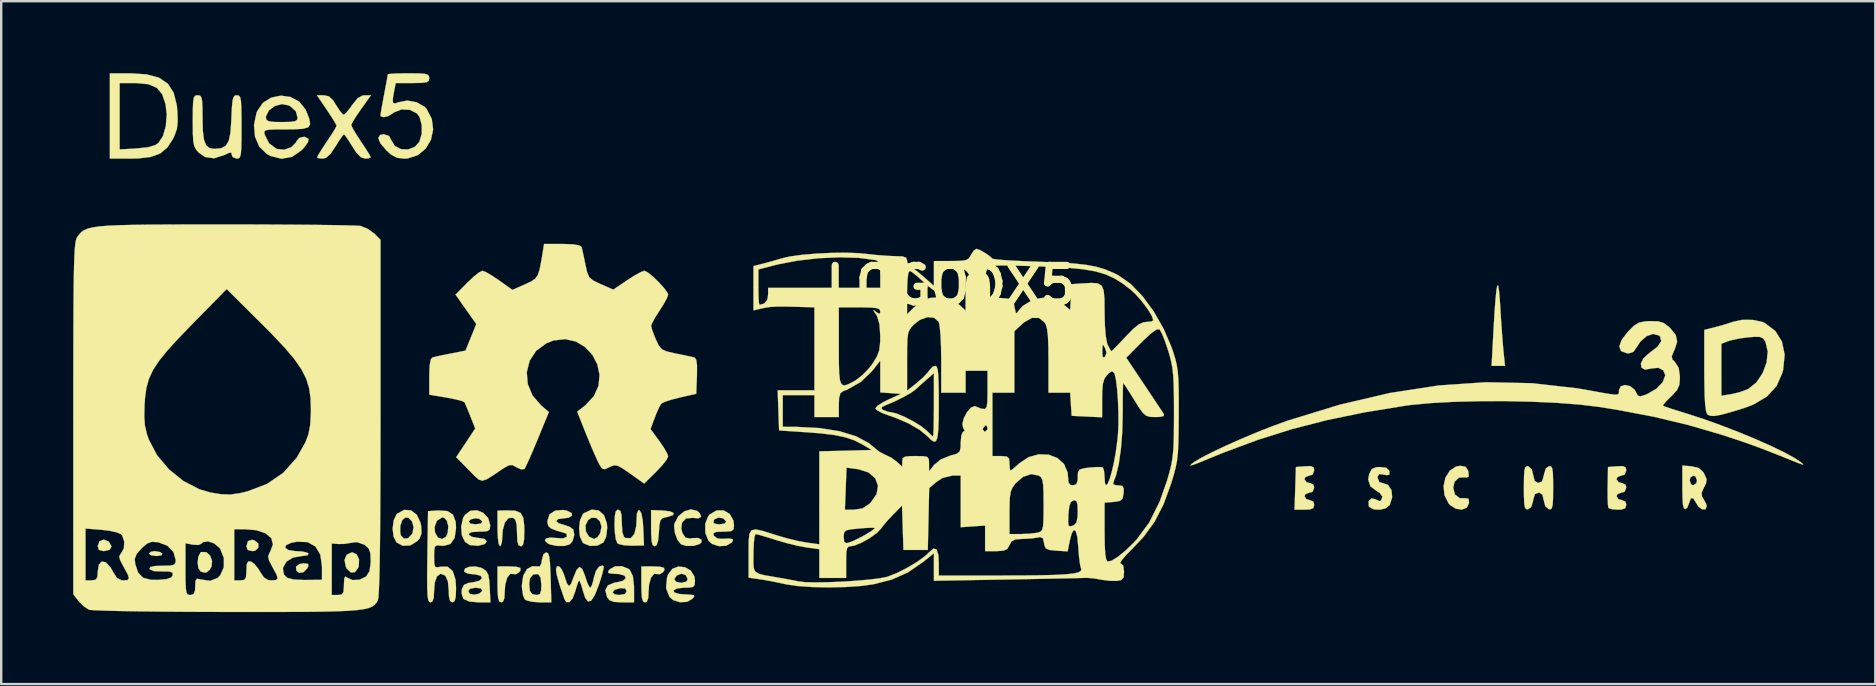
<source format=kicad_pcb>
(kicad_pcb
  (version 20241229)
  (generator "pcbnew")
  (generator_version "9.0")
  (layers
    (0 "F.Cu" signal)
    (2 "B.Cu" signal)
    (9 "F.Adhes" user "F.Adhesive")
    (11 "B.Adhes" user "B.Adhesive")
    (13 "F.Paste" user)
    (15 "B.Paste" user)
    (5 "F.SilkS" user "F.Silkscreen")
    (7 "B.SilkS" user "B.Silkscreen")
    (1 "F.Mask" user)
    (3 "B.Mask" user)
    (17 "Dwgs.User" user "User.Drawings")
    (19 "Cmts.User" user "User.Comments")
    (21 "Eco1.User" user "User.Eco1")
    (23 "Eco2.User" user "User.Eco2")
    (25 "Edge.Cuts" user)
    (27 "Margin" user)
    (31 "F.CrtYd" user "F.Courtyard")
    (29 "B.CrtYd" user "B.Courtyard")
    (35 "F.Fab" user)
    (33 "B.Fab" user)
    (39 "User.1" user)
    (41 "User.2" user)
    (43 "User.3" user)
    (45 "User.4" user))
  (footprint "LOGODX5"
    (layer "F.Cu")
    (at 36.581 8.844)
    (property "Reference" "LOGODX5" (at 0 0 0) (layer "F.SilkS") (effects (font (size 1.524 1.524) (thickness 0.3))))
    (attr through_hole)
    (fp_poly (pts (xy -29.016 10.628) (xy -28.865 10.761) (xy -28.863 10.931) (xy -28.995 11.055) (xy -29.108 11.074) (xy -29.309 11.026) (xy -29.362 10.877) (xy -29.299 10.657) (xy -29.119 10.6) (xy -29.016 10.628)) (stroke (width 0.01) (type solid)) (fill yes) (layer "F.SilkS"))
    (fp_poly (pts (xy -26.791 11.604) (xy -26.782 11.702) (xy -26.822 11.786) (xy -26.984 11.954) (xy -27.169 11.977) (xy -27.28 11.887) (xy -27.297 11.721) (xy -27.149 11.609) (xy -26.965 11.582) (xy -26.791 11.604)) (stroke (width 0.01) (type solid)) (fill yes) (layer "F.SilkS"))
    (fp_poly (pts (xy -35.103 10.676) (xy -35.083 10.695) (xy -34.983 10.881) (xy -35.064 11.019) (xy -35.306 11.074) (xy -35.312 11.074) (xy -35.508 11.025) (xy -35.56 10.868) (xy -35.485 10.664) (xy -35.309 10.591) (xy -35.103 10.676)) (stroke (width 0.01) (type solid)) (fill yes) (layer "F.SilkS"))
    (fp_poly (pts (xy -32.963 11.112) (xy -32.868 11.176) (xy -32.907 11.248) (xy -33.105 11.278) (xy -33.116 11.278) (xy -33.332 11.249) (xy -33.426 11.179) (xy -33.426 11.176) (xy -33.34 11.099) (xy -33.178 11.074) (xy -32.963 11.112)) (stroke (width 0.01) (type solid)) (fill yes) (layer "F.SilkS"))
    (fp_poly (pts (xy -24.764 11.212) (xy -24.667 11.426) (xy -24.68 11.701) (xy -24.699 11.76) (xy -24.839 11.952) (xy -25.016 11.962) (xy -25.186 11.792) (xy -25.219 11.727) (xy -25.274 11.443) (xy -25.183 11.225) (xy -24.973 11.126) (xy -24.943 11.125) (xy -24.764 11.212)) (stroke (width 0.01) (type solid)) (fill yes) (layer "F.SilkS"))
    (fp_poly (pts (xy -31.033 11.116) (xy -30.874 11.261) (xy -30.793 11.484) (xy -30.816 11.724) (xy -30.907 11.867) (xy -31.04 11.968) (xy -31.189 11.952) (xy -31.267 11.922) (xy -31.363 11.789) (xy -31.394 11.553) (xy -31.365 11.305) (xy -31.277 11.134) (xy -31.241 11.111) (xy -31.033 11.116)) (stroke (width 0.01) (type solid)) (fill yes) (layer "F.SilkS"))
    (fp_poly (pts (xy 22.804 0.011) (xy 22.838 0.204) (xy 22.872 0.586) (xy 22.893 0.914) (xy 22.927 1.468) (xy 22.965 2.01) (xy 23.001 2.474) (xy 23.028 2.769) (xy 23.089 3.353) (xy 22.529 3.353) (xy 22.605 1.956) (xy 22.65 1.171) (xy 22.693 0.586) (xy 22.732 0.2) (xy 22.768 0.009) (xy 22.804 0.011)) (stroke (width 0.01) (type solid)) (fill yes) (layer "F.SilkS"))
    (fp_poly (pts (xy -12.014 9.38) (xy -11.705 9.417) (xy -11.557 9.487) (xy -11.581 9.569) (xy -11.792 9.643) (xy -11.842 9.653) (xy -12.012 9.695) (xy -12.105 9.782) (xy -12.149 9.969) (xy -12.172 10.288) (xy -12.206 10.643) (xy -12.268 10.827) (xy -12.349 10.871) (xy -12.428 10.827) (xy -12.474 10.67) (xy -12.494 10.365) (xy -12.497 10.116) (xy -12.497 9.362) (xy -12.014 9.38)) (stroke (width 0.01) (type solid)) (fill yes) (layer "F.SilkS"))
    (fp_poly (pts (xy -18.117 11.723) (xy -17.949 11.773) (xy -17.938 11.87) (xy -17.99 11.946) (xy -18.133 12.039) (xy -18.202 12.03) (xy -18.364 12.021) (xy -18.495 12.179) (xy -18.576 12.47) (xy -18.593 12.712) (xy -18.61 13.028) (xy -18.669 13.179) (xy -18.745 13.208) (xy -18.826 13.168) (xy -18.873 13.022) (xy -18.894 12.734) (xy -18.898 12.46) (xy -18.898 11.712) (xy -18.466 11.71) (xy -18.117 11.723)) (stroke (width 0.01) (type solid)) (fill yes) (layer "F.SilkS"))
    (fp_poly (pts (xy -12.123 11.723) (xy -11.954 11.773) (xy -11.944 11.87) (xy -11.995 11.946) (xy -12.139 12.039) (xy -12.208 12.03) (xy -12.369 12.021) (xy -12.501 12.179) (xy -12.582 12.47) (xy -12.598 12.712) (xy -12.615 13.028) (xy -12.674 13.179) (xy -12.751 13.208) (xy -12.832 13.168) (xy -12.879 13.022) (xy -12.9 12.734) (xy -12.903 12.46) (xy -12.903 11.712) (xy -12.471 11.71) (xy -12.123 11.723)) (stroke (width 0.01) (type solid)) (fill yes) (layer "F.SilkS"))
    (fp_poly (pts (xy 15.118 7.592) (xy 15.138 7.715) (xy 15.07 7.889) (xy 14.935 7.925) (xy 14.77 7.988) (xy 14.732 8.077) (xy 14.817 8.201) (xy 14.935 8.23) (xy 15.105 8.301) (xy 15.138 8.433) (xy 15.067 8.603) (xy 14.935 8.636) (xy 14.77 8.7) (xy 14.732 8.788) (xy 14.817 8.913) (xy 14.935 8.941) (xy 15.105 9.013) (xy 15.138 9.144) (xy 15.105 9.276) (xy 14.968 9.335) (xy 14.728 9.347) (xy 14.318 9.347) (xy 14.376 7.569) (xy 14.757 7.538) (xy 15.009 7.533) (xy 15.118 7.592)) (stroke (width 0.01) (type solid)) (fill yes) (layer "F.SilkS"))
    (fp_poly (pts (xy -10.575 9.398) (xy -10.478 9.484) (xy -10.41 9.637) (xy -10.518 9.707) (xy -10.772 9.687) (xy -11.041 9.712) (xy -11.207 9.88) (xy -11.24 10.146) (xy -11.183 10.337) (xy -11.063 10.514) (xy -10.883 10.549) (xy -10.77 10.531) (xy -10.534 10.526) (xy -10.397 10.597) (xy -10.4 10.711) (xy -10.477 10.779) (xy -10.723 10.855) (xy -11.025 10.857) (xy -11.246 10.791) (xy -11.398 10.603) (xy -11.506 10.312) (xy -11.539 10.019) (xy -11.522 9.918) (xy -11.358 9.615) (xy -11.11 9.413) (xy -10.831 9.333) (xy -10.575 9.398)) (stroke (width 0.01) (type solid)) (fill yes) (layer "F.SilkS"))
    (fp_poly (pts (xy 21.452 7.561) (xy 21.553 7.725) (xy 21.566 7.781) (xy 21.578 7.968) (xy 21.491 8.008) (xy 21.44 7.997) (xy 21.168 8.011) (xy 20.984 8.187) (xy 20.93 8.433) (xy 21.006 8.716) (xy 21.205 8.868) (xy 21.436 8.869) (xy 21.566 8.885) (xy 21.591 9.056) (xy 21.591 9.06) (xy 21.499 9.26) (xy 21.297 9.343) (xy 21.045 9.309) (xy 20.801 9.155) (xy 20.738 9.085) (xy 20.567 8.744) (xy 20.529 8.37) (xy 20.607 8.012) (xy 20.787 7.721) (xy 21.052 7.547) (xy 21.23 7.518) (xy 21.452 7.561)) (stroke (width 0.01) (type solid)) (fill yes) (layer "F.SilkS"))
    (fp_poly (pts (xy -18.157 9.39) (xy -17.936 9.481) (xy -17.822 9.686) (xy -17.782 10.042) (xy -17.78 10.214) (xy -17.79 10.584) (xy -17.827 10.788) (xy -17.899 10.867) (xy -17.932 10.871) (xy -18.024 10.821) (xy -18.071 10.646) (xy -18.085 10.309) (xy -18.101 9.957) (xy -18.158 9.761) (xy -18.252 9.683) (xy -18.443 9.699) (xy -18.593 9.884) (xy -18.68 10.204) (xy -18.694 10.433) (xy -18.715 10.699) (xy -18.768 10.855) (xy -18.796 10.871) (xy -18.848 10.777) (xy -18.883 10.522) (xy -18.898 10.151) (xy -18.898 10.129) (xy -18.898 9.387) (xy -18.518 9.377) (xy -18.157 9.39)) (stroke (width 0.01) (type solid)) (fill yes) (layer "F.SilkS"))
    (fp_poly (pts (xy -13.777 9.397) (xy -13.729 9.572) (xy -13.716 9.909) (xy -13.697 10.273) (xy -13.634 10.472) (xy -13.562 10.53) (xy -13.344 10.53) (xy -13.191 10.35) (xy -13.114 10.01) (xy -13.106 9.834) (xy -13.089 9.516) (xy -13.033 9.378) (xy -12.979 9.372) (xy -12.9 9.5) (xy -12.844 9.813) (xy -12.823 10.125) (xy -12.793 10.836) (xy -13.291 10.848) (xy -13.606 10.832) (xy -13.842 10.78) (xy -13.905 10.743) (xy -13.966 10.586) (xy -14.008 10.294) (xy -14.021 9.987) (xy -14.01 9.623) (xy -13.972 9.424) (xy -13.897 9.35) (xy -13.868 9.347) (xy -13.777 9.397)) (stroke (width 0.01) (type solid)) (fill yes) (layer "F.SilkS"))
    (fp_poly (pts (xy -22.501 9.375) (xy -22.262 9.558) (xy -22.106 9.886) (xy -22.079 10.025) (xy -22.065 10.334) (xy -22.142 10.543) (xy -22.239 10.656) (xy -22.53 10.834) (xy -22.844 10.852) (xy -23.107 10.712) (xy -23.229 10.47) (xy -23.25 10.292) (xy -22.954 10.292) (xy -22.922 10.423) (xy -22.794 10.554) (xy -22.618 10.529) (xy -22.46 10.362) (xy -22.441 10.325) (xy -22.395 10.067) (xy -22.462 9.832) (xy -22.611 9.687) (xy -22.74 9.672) (xy -22.87 9.787) (xy -22.948 10.021) (xy -22.954 10.292) (xy -23.25 10.292) (xy -23.268 10.135) (xy -23.226 9.795) (xy -23.105 9.54) (xy -23.081 9.515) (xy -22.786 9.354) (xy -22.501 9.375)) (stroke (width 0.01) (type solid)) (fill yes) (layer "F.SilkS"))
    (fp_poly (pts (xy 28.122 7.592) (xy 28.143 7.715) (xy 28.074 7.889) (xy 27.94 7.925) (xy 27.775 7.988) (xy 27.737 8.077) (xy 27.822 8.201) (xy 27.94 8.23) (xy 28.11 8.301) (xy 28.143 8.433) (xy 28.071 8.603) (xy 27.94 8.636) (xy 27.775 8.7) (xy 27.737 8.788) (xy 27.822 8.913) (xy 27.94 8.941) (xy 28.11 9.013) (xy 28.143 9.144) (xy 28.103 9.285) (xy 27.945 9.341) (xy 27.794 9.347) (xy 27.546 9.327) (xy 27.404 9.278) (xy 27.398 9.271) (xy 27.379 9.14) (xy 27.367 8.86) (xy 27.365 8.485) (xy 27.367 8.382) (xy 27.381 7.569) (xy 27.762 7.538) (xy 28.014 7.533) (xy 28.122 7.592)) (stroke (width 0.01) (type solid)) (fill yes) (layer "F.SilkS"))
    (fp_poly (pts (xy -14.679 9.378) (xy -14.459 9.577) (xy -14.339 9.92) (xy -14.326 10.109) (xy -14.366 10.462) (xy -14.474 10.7) (xy -14.485 10.712) (xy -14.734 10.843) (xy -15.037 10.858) (xy -15.297 10.757) (xy -15.355 10.703) (xy -15.465 10.453) (xy -15.498 10.121) (xy -15.483 9.999) (xy -15.231 9.999) (xy -15.213 10.255) (xy -15.088 10.469) (xy -14.881 10.566) (xy -14.862 10.566) (xy -14.723 10.484) (xy -14.618 10.325) (xy -14.564 10.054) (xy -14.632 9.828) (xy -14.784 9.69) (xy -14.979 9.683) (xy -15.118 9.774) (xy -15.231 9.999) (xy -15.483 9.999) (xy -15.458 9.79) (xy -15.348 9.541) (xy -15.297 9.491) (xy -14.968 9.343) (xy -14.679 9.378)) (stroke (width 0.01) (type solid)) (fill yes) (layer "F.SilkS"))
    (fp_poly (pts (xy 18.143 7.601) (xy 18.259 7.715) (xy 18.271 7.761) (xy 18.267 7.892) (xy 18.144 7.907) (xy 18.044 7.886) (xy 17.85 7.863) (xy 17.784 7.955) (xy 17.78 8.024) (xy 17.852 8.197) (xy 17.963 8.23) (xy 18.211 8.314) (xy 18.358 8.532) (xy 18.386 8.832) (xy 18.284 9.151) (xy 18.12 9.289) (xy 17.868 9.35) (xy 17.611 9.333) (xy 17.432 9.231) (xy 17.408 9.188) (xy 17.404 8.992) (xy 17.517 8.879) (xy 17.684 8.906) (xy 17.709 8.924) (xy 17.859 8.991) (xy 17.916 8.974) (xy 17.98 8.803) (xy 17.859 8.638) (xy 17.763 8.584) (xy 17.48 8.374) (xy 17.386 8.09) (xy 17.431 7.854) (xy 17.538 7.655) (xy 17.716 7.578) (xy 17.883 7.569) (xy 18.143 7.601)) (stroke (width 0.01) (type solid)) (fill yes) (layer "F.SilkS"))
    (fp_poly (pts (xy -34.214 -8.839) (xy -33.526 -8.796) (xy -33.006 -8.656) (xy -32.634 -8.405) (xy -32.393 -8.028) (xy -32.263 -7.509) (xy -32.238 -7.248) (xy -32.224 -6.828) (xy -32.259 -6.522) (xy -32.357 -6.242) (xy -32.428 -6.096) (xy -32.662 -5.74) (xy -32.954 -5.499) (xy -33.344 -5.355) (xy -33.87 -5.291) (xy -34.214 -5.283) (xy -35.052 -5.283) (xy -35.052 -8.433) (xy -34.646 -8.433) (xy -34.646 -5.667) (xy -33.942 -5.706) (xy -33.466 -5.757) (xy -33.157 -5.85) (xy -33.034 -5.931) (xy -32.842 -6.219) (xy -32.721 -6.636) (xy -32.683 -7.115) (xy -32.73 -7.543) (xy -32.869 -7.961) (xy -33.095 -8.233) (xy -33.441 -8.383) (xy -33.941 -8.432) (xy -33.999 -8.433) (xy -34.646 -8.433) (xy -35.052 -8.433) (xy -35.052 -8.839) (xy -34.214 -8.839)) (stroke (width 0.01) (type solid)) (fill yes) (layer "F.SilkS"))
    (fp_poly (pts (xy -16.009 9.387) (xy -15.811 9.484) (xy -15.792 9.598) (xy -15.937 9.683) (xy -16.112 9.703) (xy -16.372 9.738) (xy -16.451 9.82) (xy -16.344 9.915) (xy -16.167 9.968) (xy -15.908 10.053) (xy -15.744 10.166) (xy -15.737 10.175) (xy -15.697 10.398) (xy -15.768 10.65) (xy -15.889 10.793) (xy -16.113 10.857) (xy -16.422 10.857) (xy -16.71 10.797) (xy -16.792 10.76) (xy -16.924 10.637) (xy -16.88 10.546) (xy -16.689 10.509) (xy -16.466 10.526) (xy -16.168 10.542) (xy -16.011 10.479) (xy -16.008 10.475) (xy -16.02 10.354) (xy -16.072 10.326) (xy -16.45 10.217) (xy -16.672 10.127) (xy -16.779 10.027) (xy -16.813 9.888) (xy -16.815 9.804) (xy -16.73 9.542) (xy -16.499 9.387) (xy -16.161 9.359) (xy -16.009 9.387)) (stroke (width 0.01) (type solid)) (fill yes) (layer "F.SilkS"))
    (fp_poly (pts (xy -13.443 11.81) (xy -13.376 11.87) (xy -13.256 12.12) (xy -13.209 12.537) (xy -13.208 12.632) (xy -13.208 13.208) (xy -13.712 13.208) (xy -14.04 13.19) (xy -14.228 13.121) (xy -14.328 13.001) (xy -14.384 12.789) (xy -14.1 12.789) (xy -14.015 12.876) (xy -13.826 12.903) (xy -13.585 12.863) (xy -13.513 12.744) (xy -13.58 12.628) (xy -13.784 12.617) (xy -14.021 12.686) (xy -14.1 12.789) (xy -14.384 12.789) (xy -14.405 12.711) (xy -14.3 12.5) (xy -14.024 12.386) (xy -13.94 12.376) (xy -13.672 12.311) (xy -13.555 12.203) (xy -13.6 12.096) (xy -13.815 12.031) (xy -13.868 12.028) (xy -14.16 12.011) (xy -14.285 11.979) (xy -14.28 11.91) (xy -14.224 11.836) (xy -14.002 11.708) (xy -13.71 11.701) (xy -13.443 11.81)) (stroke (width 0.01) (type solid)) (fill yes) (layer "F.SilkS"))
    (fp_poly (pts (xy -16.794 11.161) (xy -16.745 11.291) (xy -16.712 11.548) (xy -16.691 11.962) (xy -16.684 12.167) (xy -16.655 13.208) (xy -17.147 13.208) (xy -17.461 13.184) (xy -17.698 13.124) (xy -17.76 13.086) (xy -17.833 12.916) (xy -17.877 12.63) (xy -17.882 12.492) (xy -17.874 12.44) (xy -17.577 12.44) (xy -17.55 12.731) (xy -17.45 12.869) (xy -17.255 12.903) (xy -17.131 12.862) (xy -17.077 12.703) (xy -17.069 12.503) (xy -17.1 12.18) (xy -17.203 12.032) (xy -17.392 12.042) (xy -17.415 12.05) (xy -17.541 12.201) (xy -17.577 12.44) (xy -17.874 12.44) (xy -17.825 12.096) (xy -17.67 11.822) (xy -17.44 11.7) (xy -17.281 11.711) (xy -17.136 11.712) (xy -17.068 11.579) (xy -17.049 11.444) (xy -16.98 11.199) (xy -16.866 11.125) (xy -16.794 11.161)) (stroke (width 0.01) (type solid)) (fill yes) (layer "F.SilkS"))
    (fp_poly (pts (xy -19.497 9.474) (xy -19.291 9.687) (xy -19.203 9.984) (xy -19.202 10.008) (xy -19.221 10.163) (xy -19.312 10.238) (xy -19.531 10.26) (xy -19.668 10.262) (xy -19.97 10.281) (xy -20.091 10.343) (xy -20.091 10.389) (xy -19.971 10.476) (xy -19.733 10.52) (xy -19.701 10.521) (xy -19.435 10.568) (xy -19.344 10.668) (xy -19.427 10.776) (xy -19.682 10.847) (xy -19.716 10.851) (xy -20.054 10.821) (xy -20.249 10.69) (xy -20.384 10.411) (xy -20.413 10.05) (xy -20.362 9.83) (xy -20.091 9.83) (xy -20.039 9.926) (xy -19.812 9.957) (xy -19.579 9.923) (xy -19.533 9.83) (xy -19.655 9.731) (xy -19.812 9.703) (xy -20.013 9.751) (xy -20.091 9.83) (xy -20.362 9.83) (xy -20.333 9.7) (xy -20.263 9.573) (xy -20.038 9.395) (xy -19.764 9.369) (xy -19.497 9.474)) (stroke (width 0.01) (type solid)) (fill yes) (layer "F.SilkS"))
    (fp_poly (pts (xy -11.082 11.746) (xy -10.84 11.889) (xy -10.691 12.133) (xy -10.668 12.296) (xy -10.681 12.481) (xy -10.757 12.569) (xy -10.949 12.596) (xy -11.134 12.598) (xy -11.425 12.632) (xy -11.56 12.709) (xy -11.528 12.796) (xy -11.32 12.859) (xy -11.218 12.868) (xy -10.891 12.887) (xy -10.728 12.908) (xy -10.69 12.947) (xy -10.74 13.02) (xy -10.77 13.056) (xy -10.995 13.187) (xy -11.295 13.204) (xy -11.58 13.113) (xy -11.729 12.982) (xy -11.875 12.611) (xy -11.839 12.245) (xy -11.533 12.245) (xy -11.451 12.355) (xy -11.221 12.395) (xy -11.02 12.34) (xy -10.973 12.24) (xy -11.052 12.072) (xy -11.233 12.014) (xy -11.43 12.091) (xy -11.533 12.245) (xy -11.839 12.245) (xy -11.832 12.175) (xy -11.789 12.049) (xy -11.613 11.813) (xy -11.359 11.716) (xy -11.082 11.746)) (stroke (width 0.01) (type solid)) (fill yes) (layer "F.SilkS"))
    (fp_poly (pts (xy -9.223 9.523) (xy -9.068 9.796) (xy -9.042 9.99) (xy -9.059 10.158) (xy -9.146 10.237) (xy -9.359 10.26) (xy -9.496 10.262) (xy -9.776 10.274) (xy -9.893 10.323) (xy -9.89 10.42) (xy -9.745 10.541) (xy -9.563 10.562) (xy -9.245 10.549) (xy -9.097 10.573) (xy -9.09 10.643) (xy -9.144 10.719) (xy -9.369 10.85) (xy -9.669 10.867) (xy -9.955 10.776) (xy -10.103 10.645) (xy -10.239 10.309) (xy -10.242 9.938) (xy -10.187 9.799) (xy -9.89 9.799) (xy -9.886 9.912) (xy -9.732 9.954) (xy -9.64 9.957) (xy -9.415 9.922) (xy -9.372 9.83) (xy -9.498 9.705) (xy -9.695 9.676) (xy -9.86 9.751) (xy -9.89 9.799) (xy -10.187 9.799) (xy -10.116 9.619) (xy -10.058 9.55) (xy -9.771 9.378) (xy -9.475 9.376) (xy -9.223 9.523)) (stroke (width 0.01) (type solid)) (fill yes) (layer "F.SilkS"))
    (fp_poly (pts (xy 30.858 7.538) (xy 31.16 7.607) (xy 31.35 7.782) (xy 31.391 7.85) (xy 31.489 8.069) (xy 31.47 8.247) (xy 31.383 8.417) (xy 31.281 8.64) (xy 31.299 8.799) (xy 31.358 8.893) (xy 31.469 9.099) (xy 31.496 9.214) (xy 31.436 9.336) (xy 31.298 9.329) (xy 31.145 9.211) (xy 31.071 9.093) (xy 30.94 8.882) (xy 30.836 8.866) (xy 30.769 9.046) (xy 30.766 9.06) (xy 30.689 9.254) (xy 30.607 9.322) (xy 30.544 9.29) (xy 30.504 9.124) (xy 30.484 8.801) (xy 30.48 8.435) (xy 30.48 8.128) (xy 30.785 8.128) (xy 30.848 8.293) (xy 30.937 8.331) (xy 31.061 8.246) (xy 31.09 8.128) (xy 31.026 7.963) (xy 30.937 7.925) (xy 30.813 8.01) (xy 30.785 8.128) (xy 30.48 8.128) (xy 30.48 7.506) (xy 30.858 7.538)) (stroke (width 0.01) (type solid)) (fill yes) (layer "F.SilkS"))
    (fp_poly (pts (xy -19.581 11.767) (xy -19.514 11.799) (xy -19.367 11.905) (xy -19.283 12.054) (xy -19.24 12.305) (xy -19.223 12.576) (xy -19.193 13.208) (xy -19.693 13.208) (xy -20.077 13.173) (xy -20.303 13.073) (xy -20.319 13.057) (xy -20.394 12.841) (xy -20.389 12.758) (xy -20.117 12.758) (xy -20.038 12.861) (xy -19.857 12.888) (xy -19.662 12.846) (xy -19.537 12.738) (xy -19.532 12.725) (xy -19.585 12.629) (xy -19.804 12.598) (xy -20.045 12.638) (xy -20.117 12.758) (xy -20.389 12.758) (xy -20.382 12.657) (xy -20.295 12.481) (xy -20.11 12.398) (xy -19.939 12.376) (xy -19.66 12.311) (xy -19.544 12.206) (xy -19.598 12.102) (xy -19.824 12.042) (xy -19.905 12.04) (xy -20.15 12.007) (xy -20.288 11.928) (xy -20.293 11.916) (xy -20.251 11.798) (xy -20.074 11.727) (xy -19.829 11.713) (xy -19.581 11.767)) (stroke (width 0.01) (type solid)) (fill yes) (layer "F.SilkS"))
    (fp_poly (pts (xy 24.054 7.537) (xy 24.205 7.665) (xy 24.263 7.9) (xy 24.323 8.143) (xy 24.453 8.228) (xy 24.486 8.23) (xy 24.632 8.168) (xy 24.701 7.956) (xy 24.708 7.9) (xy 24.788 7.628) (xy 24.917 7.537) (xy 25.002 7.541) (xy 25.054 7.616) (xy 25.083 7.798) (xy 25.094 8.123) (xy 25.095 8.433) (xy 25.091 8.872) (xy 25.075 9.144) (xy 25.039 9.285) (xy 24.977 9.332) (xy 24.917 9.328) (xy 24.766 9.2) (xy 24.708 8.965) (xy 24.649 8.723) (xy 24.518 8.638) (xy 24.486 8.636) (xy 24.339 8.698) (xy 24.27 8.91) (xy 24.263 8.965) (xy 24.183 9.238) (xy 24.054 9.328) (xy 23.97 9.324) (xy 23.917 9.249) (xy 23.889 9.068) (xy 23.877 8.742) (xy 23.876 8.433) (xy 23.88 7.994) (xy 23.896 7.722) (xy 23.932 7.58) (xy 23.995 7.534) (xy 24.054 7.537)) (stroke (width 0.01) (type solid)) (fill yes) (layer "F.SilkS"))
    (fp_poly (pts (xy -14.474 11.705) (xy -14.482 11.816) (xy -14.545 12.067) (xy -14.65 12.407) (xy -14.666 12.454) (xy -14.838 12.895) (xy -14.991 13.135) (xy -15.126 13.175) (xy -15.246 13.016) (xy -15.33 12.756) (xy -15.407 12.484) (xy -15.473 12.318) (xy -15.494 12.294) (xy -15.545 12.382) (xy -15.618 12.607) (xy -15.657 12.751) (xy -15.767 13.042) (xy -15.902 13.198) (xy -16.03 13.197) (xy -16.105 13.081) (xy -16.306 12.496) (xy -16.424 12.082) (xy -16.46 11.824) (xy -16.418 11.709) (xy -16.333 11.709) (xy -16.225 11.827) (xy -16.121 12.062) (xy -16.105 12.116) (xy -16.004 12.42) (xy -15.919 12.527) (xy -15.832 12.44) (xy -15.734 12.179) (xy -15.603 11.856) (xy -15.481 11.734) (xy -15.366 11.815) (xy -15.252 12.098) (xy -15.241 12.137) (xy -15.15 12.408) (xy -15.065 12.574) (xy -15.033 12.598) (xy -14.968 12.509) (xy -14.902 12.284) (xy -14.883 12.185) (xy -14.796 11.901) (xy -14.665 11.717) (xy -14.525 11.673) (xy -14.474 11.705)) (stroke (width 0.01) (type solid)) (fill yes) (layer "F.SilkS"))
    (fp_poly (pts (xy 33.413 1.438) (xy 33.81 1.52) (xy 33.914 1.565) (xy 34.354 1.898) (xy 34.632 2.344) (xy 34.743 2.89) (xy 34.68 3.519) (xy 34.651 3.639) (xy 34.409 4.189) (xy 34.007 4.63) (xy 33.436 4.968) (xy 33.034 5.118) (xy 32.481 5.287) (xy 32.088 5.392) (xy 31.821 5.441) (xy 31.649 5.437) (xy 31.54 5.386) (xy 31.519 5.367) (xy 31.468 5.24) (xy 31.43 4.966) (xy 31.407 4.529) (xy 31.396 3.912) (xy 31.394 3.549) (xy 31.394 2.433) (xy 32.106 2.433) (xy 32.106 4.598) (xy 32.523 4.531) (xy 32.871 4.45) (xy 33.186 4.336) (xy 33.226 4.317) (xy 33.565 4.046) (xy 33.827 3.655) (xy 33.993 3.204) (xy 34.039 2.752) (xy 33.946 2.359) (xy 33.935 2.338) (xy 33.845 2.208) (xy 33.715 2.147) (xy 33.486 2.142) (xy 33.238 2.162) (xy 32.862 2.212) (xy 32.526 2.281) (xy 32.385 2.325) (xy 32.106 2.433) (xy 31.394 2.433) (xy 31.394 1.855) (xy 31.877 1.732) (xy 32.217 1.638) (xy 32.509 1.546) (xy 32.593 1.516) (xy 32.972 1.435) (xy 33.413 1.438)) (stroke (width 0.01) (type solid)) (fill yes) (layer "F.SilkS"))
    (fp_poly (pts (xy -29.68 -7.911) (xy -29.626 -7.85) (xy -29.592 -7.708) (xy -29.574 -7.453) (xy -29.567 -7.052) (xy -29.566 -6.604) (xy -29.567 -6.065) (xy -29.576 -5.696) (xy -29.596 -5.466) (xy -29.633 -5.342) (xy -29.692 -5.292) (xy -29.769 -5.283) (xy -29.935 -5.348) (xy -29.972 -5.438) (xy -29.992 -5.533) (xy -30.089 -5.525) (xy -30.272 -5.438) (xy -30.707 -5.297) (xy -31.086 -5.35) (xy -31.348 -5.533) (xy -31.46 -5.658) (xy -31.532 -5.797) (xy -31.574 -5.993) (xy -31.593 -6.292) (xy -31.598 -6.74) (xy -31.598 -6.853) (xy -31.595 -7.331) (xy -31.583 -7.64) (xy -31.554 -7.819) (xy -31.503 -7.901) (xy -31.421 -7.924) (xy -31.394 -7.925) (xy -31.298 -7.91) (xy -31.238 -7.838) (xy -31.206 -7.673) (xy -31.193 -7.374) (xy -31.191 -7.004) (xy -31.178 -6.451) (xy -31.131 -6.072) (xy -31.04 -5.838) (xy -30.893 -5.72) (xy -30.699 -5.69) (xy -30.417 -5.717) (xy -30.222 -5.818) (xy -30.098 -6.026) (xy -30.026 -6.371) (xy -29.99 -6.884) (xy -29.988 -6.951) (xy -29.968 -7.404) (xy -29.941 -7.69) (xy -29.9 -7.848) (xy -29.834 -7.914) (xy -29.759 -7.925) (xy -29.68 -7.911)) (stroke (width 0.01) (type solid)) (fill yes) (layer "F.SilkS"))
    (fp_poly (pts (xy -24.582 -7.349) (xy -24.787 -7.05) (xy -24.935 -6.812) (xy -24.994 -6.685) (xy -24.994 -6.683) (xy -24.94 -6.56) (xy -24.799 -6.32) (xy -24.601 -6.015) (xy -24.587 -5.994) (xy -24.387 -5.692) (xy -24.242 -5.459) (xy -24.181 -5.342) (xy -24.181 -5.34) (xy -24.267 -5.296) (xy -24.414 -5.283) (xy -24.595 -5.342) (xy -24.785 -5.54) (xy -24.947 -5.789) (xy -25.117 -6.061) (xy -25.247 -6.245) (xy -25.298 -6.295) (xy -25.373 -6.215) (xy -25.515 -6.008) (xy -25.65 -5.789) (xy -25.866 -5.471) (xy -26.05 -5.314) (xy -26.183 -5.283) (xy -26.364 -5.304) (xy -26.416 -5.34) (xy -26.363 -5.445) (xy -26.223 -5.671) (xy -26.027 -5.969) (xy -26.01 -5.994) (xy -25.809 -6.297) (xy -25.664 -6.532) (xy -25.604 -6.652) (xy -25.603 -6.655) (xy -25.656 -6.763) (xy -25.796 -6.992) (xy -25.994 -7.292) (xy -26.013 -7.321) (xy -26.424 -7.925) (xy -26.14 -7.924) (xy -25.929 -7.881) (xy -25.755 -7.721) (xy -25.626 -7.518) (xy -25.471 -7.276) (xy -25.345 -7.131) (xy -25.309 -7.112) (xy -25.208 -7.19) (xy -25.047 -7.387) (xy -24.955 -7.518) (xy -24.73 -7.797) (xy -24.519 -7.915) (xy -24.428 -7.925) (xy -24.17 -7.925) (xy -24.582 -7.349)) (stroke (width 0.01) (type solid)) (fill yes) (layer "F.SilkS"))
    (fp_poly (pts (xy -20.986 9.404) (xy -20.752 9.555) (xy -20.641 9.853) (xy -20.625 10.109) (xy -20.684 10.522) (xy -20.858 10.773) (xy -21.143 10.856) (xy -21.251 10.847) (xy -21.423 10.833) (xy -21.508 10.888) (xy -21.536 11.062) (xy -21.539 11.297) (xy -21.533 11.59) (xy -21.495 11.725) (xy -21.398 11.749) (xy -21.281 11.725) (xy -20.974 11.725) (xy -20.763 11.905) (xy -20.648 12.263) (xy -20.625 12.614) (xy -20.637 12.963) (xy -20.68 13.148) (xy -20.765 13.207) (xy -20.777 13.208) (xy -20.874 13.152) (xy -20.921 12.961) (xy -20.93 12.712) (xy -20.966 12.329) (xy -21.068 12.103) (xy -21.082 12.09) (xy -21.272 12.018) (xy -21.421 12.126) (xy -21.514 12.396) (xy -21.539 12.712) (xy -21.556 13.026) (xy -21.614 13.178) (xy -21.694 13.208) (xy -21.748 13.185) (xy -21.787 13.099) (xy -21.813 12.924) (xy -21.826 12.635) (xy -21.83 12.204) (xy -21.825 11.607) (xy -21.821 11.308) (xy -21.803 10.062) (xy -21.52 10.062) (xy -21.501 10.297) (xy -21.379 10.511) (xy -21.204 10.569) (xy -21.041 10.469) (xy -20.973 10.32) (xy -20.949 10.029) (xy -21.013 9.793) (xy -21.141 9.674) (xy -21.207 9.672) (xy -21.421 9.805) (xy -21.52 10.062) (xy -21.803 10.062) (xy -21.793 9.408) (xy -21.367 9.38) (xy -20.986 9.404)) (stroke (width 0.01) (type solid)) (fill yes) (layer "F.SilkS"))
    (fp_poly (pts (xy -27.524 -7.853) (xy -27.165 -7.662) (xy -26.9 -7.336) (xy -26.865 -7.261) (xy -26.74 -6.935) (xy -26.705 -6.718) (xy -26.785 -6.589) (xy -27.005 -6.526) (xy -27.39 -6.504) (xy -27.693 -6.502) (xy -28.141 -6.501) (xy -28.422 -6.489) (xy -28.569 -6.46) (xy -28.619 -6.403) (xy -28.606 -6.31) (xy -28.595 -6.274) (xy -28.414 -5.916) (xy -28.118 -5.7) (xy -28.071 -5.681) (xy -27.778 -5.656) (xy -27.491 -5.759) (xy -27.297 -5.956) (xy -27.275 -6.01) (xy -27.144 -6.156) (xy -26.945 -6.195) (xy -26.779 -6.107) (xy -26.77 -6.093) (xy -26.798 -5.968) (xy -26.941 -5.764) (xy -27.059 -5.636) (xy -27.46 -5.358) (xy -27.9 -5.278) (xy -28.36 -5.396) (xy -28.511 -5.477) (xy -28.822 -5.779) (xy -29.004 -6.197) (xy -29.047 -6.685) (xy -28.982 -6.995) (xy -28.55 -6.995) (xy -28.524 -6.893) (xy -28.419 -6.836) (xy -28.19 -6.812) (xy -27.889 -6.807) (xy -27.528 -6.815) (xy -27.327 -6.846) (xy -27.243 -6.912) (xy -27.23 -6.985) (xy -27.3 -7.254) (xy -27.527 -7.461) (xy -27.602 -7.503) (xy -27.885 -7.556) (xy -28.182 -7.474) (xy -28.425 -7.292) (xy -28.546 -7.047) (xy -28.55 -6.995) (xy -28.982 -6.995) (xy -28.94 -7.193) (xy -28.913 -7.261) (xy -28.671 -7.612) (xy -28.325 -7.828) (xy -27.927 -7.908) (xy -27.524 -7.853)) (stroke (width 0.01) (type solid)) (fill yes) (layer "F.SilkS"))
    (fp_poly (pts (xy -22.186 -8.835) (xy -21.93 -8.818) (xy -21.797 -8.777) (xy -21.748 -8.704) (xy -21.742 -8.636) (xy -21.762 -8.528) (xy -21.85 -8.467) (xy -22.049 -8.44) (xy -22.405 -8.433) (xy -22.441 -8.433) (xy -23.139 -8.433) (xy -23.203 -8.115) (xy -23.26 -7.784) (xy -23.255 -7.616) (xy -23.174 -7.58) (xy -23.02 -7.635) (xy -22.658 -7.703) (xy -22.266 -7.631) (xy -21.936 -7.443) (xy -21.855 -7.357) (xy -21.636 -6.939) (xy -21.581 -6.496) (xy -21.672 -6.068) (xy -21.893 -5.697) (xy -22.224 -5.424) (xy -22.647 -5.29) (xy -22.776 -5.283) (xy -23.082 -5.318) (xy -23.333 -5.45) (xy -23.531 -5.629) (xy -23.781 -5.925) (xy -23.868 -6.144) (xy -23.79 -6.271) (xy -23.633 -6.299) (xy -23.415 -6.227) (xy -23.331 -6.063) (xy -23.179 -5.813) (xy -22.922 -5.679) (xy -22.62 -5.666) (xy -22.338 -5.778) (xy -22.155 -5.983) (xy -22.057 -6.311) (xy -22.055 -6.681) (xy -22.143 -7.008) (xy -22.252 -7.164) (xy -22.55 -7.316) (xy -22.9 -7.333) (xy -23.208 -7.212) (xy -23.248 -7.18) (xy -23.442 -7.059) (xy -23.637 -7.01) (xy -23.761 -7.046) (xy -23.774 -7.087) (xy -23.756 -7.216) (xy -23.709 -7.492) (xy -23.641 -7.86) (xy -23.622 -7.959) (xy -23.551 -8.336) (xy -23.497 -8.628) (xy -23.471 -8.785) (xy -23.47 -8.797) (xy -23.376 -8.816) (xy -23.125 -8.831) (xy -22.765 -8.838) (xy -22.606 -8.839) (xy -22.186 -8.835)) (stroke (width 0.01) (type solid)) (fill yes) (layer "F.SilkS"))
    (fp_poly (pts (xy 29.471 1.497) (xy 29.704 1.567) (xy 29.921 1.73) (xy 29.965 1.772) (xy 30.203 2.062) (xy 30.264 2.342) (xy 30.158 2.677) (xy 30.128 2.736) (xy 30.038 2.949) (xy 30.066 3.085) (xy 30.179 3.204) (xy 30.327 3.434) (xy 30.378 3.795) (xy 30.378 3.837) (xy 30.356 4.141) (xy 30.259 4.363) (xy 30.045 4.596) (xy 30.004 4.633) (xy 29.799 4.836) (xy 29.684 4.978) (xy 29.674 5.016) (xy 29.785 5.061) (xy 30.044 5.148) (xy 30.408 5.263) (xy 30.632 5.332) (xy 31.327 5.556) (xy 32.065 5.82) (xy 32.812 6.108) (xy 33.532 6.406) (xy 34.191 6.698) (xy 34.754 6.971) (xy 35.185 7.209) (xy 35.408 7.361) (xy 35.516 7.455) (xy 35.494 7.47) (xy 35.319 7.407) (xy 35.204 7.361) (xy 34.515 7.084) (xy 33.96 6.867) (xy 33.49 6.689) (xy 33.051 6.533) (xy 32.592 6.379) (xy 32.09 6.216) (xy 30.738 5.821) (xy 29.333 5.484) (xy 27.815 5.194) (xy 27.026 5.066) (xy 26.228 4.969) (xy 25.283 4.896) (xy 24.239 4.848) (xy 23.142 4.824) (xy 22.041 4.825) (xy 20.983 4.851) (xy 20.016 4.903) (xy 19.186 4.98) (xy 18.948 5.012) (xy 17.235 5.291) (xy 15.672 5.613) (xy 14.205 5.991) (xy 12.784 6.438) (xy 11.357 6.969) (xy 10.781 7.204) (xy 10.347 7.383) (xy 10.083 7.482) (xy 9.976 7.505) (xy 10.011 7.455) (xy 10.139 7.359) (xy 10.444 7.176) (xy 10.9 6.942) (xy 11.466 6.675) (xy 12.1 6.394) (xy 12.761 6.117) (xy 13.408 5.862) (xy 14.001 5.647) (xy 14.021 5.64) (xy 16.2 4.972) (xy 18.297 4.482) (xy 20.325 4.17) (xy 22.295 4.035) (xy 24.219 4.076) (xy 26.11 4.29) (xy 26.578 4.371) (xy 27.099 4.466) (xy 27.453 4.527) (xy 27.672 4.553) (xy 27.787 4.544) (xy 27.832 4.501) (xy 27.839 4.422) (xy 27.838 4.369) (xy 27.912 4.205) (xy 28.088 4.149) (xy 28.301 4.196) (xy 28.483 4.34) (xy 28.532 4.422) (xy 28.616 4.58) (xy 28.717 4.626) (xy 28.902 4.572) (xy 29.031 4.519) (xy 29.399 4.306) (xy 29.658 4.037) (xy 29.766 3.757) (xy 29.767 3.739) (xy 29.685 3.537) (xy 29.475 3.434) (xy 29.2 3.459) (xy 29.181 3.465) (xy 28.919 3.509) (xy 28.774 3.424) (xy 28.751 3.254) (xy 28.857 3.041) (xy 29.096 2.825) (xy 29.098 2.824) (xy 29.448 2.551) (xy 29.601 2.322) (xy 29.556 2.135) (xy 29.498 2.083) (xy 29.259 2.021) (xy 28.986 2.118) (xy 28.728 2.346) (xy 28.596 2.548) (xy 28.445 2.765) (xy 28.26 2.831) (xy 28.163 2.826) (xy 27.924 2.734) (xy 27.853 2.544) (xy 27.949 2.271) (xy 28.211 1.929) (xy 28.216 1.924) (xy 28.465 1.678) (xy 28.675 1.55) (xy 28.933 1.499) (xy 29.13 1.489) (xy 29.471 1.497)) (stroke (width 0.01) (type solid)) (fill yes) (layer "F.SilkS"))
    (fp_poly (pts (xy -15.741 -1.712) (xy -15.476 -1.663) (xy -15.395 -1.6) (xy -15.354 -1.437) (xy -15.291 -1.145) (xy -15.237 -0.879) (xy -15.163 -0.545) (xy -15.075 -0.344) (xy -14.92 -0.21) (xy -14.647 -0.076) (xy -14.596 -0.054) (xy -14.073 0.177) (xy -13.494 -0.216) (xy -13.183 -0.415) (xy -12.925 -0.556) (xy -12.778 -0.61) (xy -12.631 -0.538) (xy -12.41 -0.359) (xy -12.165 -0.122) (xy -11.948 0.12) (xy -11.81 0.317) (xy -11.786 0.389) (xy -11.839 0.535) (xy -11.978 0.788) (xy -12.141 1.044) (xy -12.328 1.339) (xy -12.457 1.575) (xy -12.497 1.688) (xy -12.458 1.843) (xy -12.36 2.106) (xy -12.295 2.259) (xy -12.175 2.509) (xy -12.05 2.658) (xy -11.862 2.748) (xy -11.547 2.822) (xy -11.457 2.84) (xy -11.104 2.912) (xy -10.822 2.973) (xy -10.689 3.005) (xy -10.617 3.095) (xy -10.584 3.326) (xy -10.585 3.728) (xy -10.587 3.781) (xy -10.617 4.517) (xy -11.3 4.672) (xy -11.657 4.764) (xy -11.935 4.856) (xy -12.074 4.928) (xy -12.161 5.077) (xy -12.279 5.344) (xy -12.343 5.507) (xy -12.521 5.985) (xy -12.153 6.486) (xy -11.957 6.775) (xy -11.824 7.014) (xy -11.786 7.129) (xy -11.854 7.268) (xy -12.033 7.496) (xy -12.284 7.763) (xy -12.286 7.765) (xy -12.786 8.257) (xy -13.369 7.843) (xy -13.68 7.629) (xy -13.881 7.519) (xy -14.027 7.496) (xy -14.173 7.544) (xy -14.238 7.577) (xy -14.423 7.659) (xy -14.537 7.637) (xy -14.644 7.478) (xy -14.713 7.342) (xy -14.839 7.068) (xy -15.008 6.676) (xy -15.188 6.239) (xy -15.239 6.111) (xy -15.576 5.262) (xy -15.243 5.002) (xy -14.88 4.614) (xy -14.687 4.18) (xy -14.645 3.73) (xy -14.737 3.292) (xy -14.944 2.895) (xy -15.249 2.568) (xy -15.632 2.339) (xy -16.077 2.239) (xy -16.565 2.295) (xy -16.864 2.413) (xy -17.287 2.726) (xy -17.559 3.14) (xy -17.677 3.614) (xy -17.638 4.109) (xy -17.439 4.587) (xy -17.077 5.007) (xy -17.069 5.013) (xy -16.757 5.276) (xy -17.227 6.422) (xy -17.416 6.873) (xy -17.582 7.254) (xy -17.709 7.528) (xy -17.778 7.654) (xy -17.779 7.655) (xy -17.912 7.667) (xy -18.104 7.581) (xy -18.274 7.488) (xy -18.421 7.494) (xy -18.626 7.608) (xy -18.699 7.656) (xy -19.085 7.918) (xy -19.344 8.078) (xy -19.523 8.137) (xy -19.67 8.098) (xy -19.834 7.96) (xy -20.062 7.726) (xy -20.095 7.693) (xy -20.621 7.16) (xy -19.827 5.964) (xy -20.029 5.451) (xy -20.15 5.152) (xy -20.243 4.934) (xy -20.276 4.866) (xy -20.391 4.814) (xy -20.653 4.747) (xy -21.006 4.678) (xy -21.032 4.674) (xy -21.742 4.554) (xy -21.742 3.798) (xy -21.727 3.346) (xy -21.679 3.084) (xy -21.615 3.004) (xy -21.454 2.965) (xy -21.161 2.902) (xy -20.86 2.842) (xy -20.232 2.718) (xy -20.007 2.165) (xy -19.782 1.611) (xy -20.215 0.998) (xy -20.647 0.385) (xy -20.157 -0.112) (xy -19.891 -0.363) (xy -19.665 -0.542) (xy -19.529 -0.61) (xy -19.38 -0.554) (xy -19.125 -0.407) (xy -18.834 -0.211) (xy -18.277 0.187) (xy -17.75 -0.046) (xy -17.5 -0.162) (xy -17.331 -0.276) (xy -17.219 -0.432) (xy -17.14 -0.674) (xy -17.068 -1.047) (xy -17.019 -1.346) (xy -16.958 -1.727) (xy -16.197 -1.727) (xy -15.741 -1.712)) (stroke (width 0.01) (type solid)) (fill yes) (layer "F.SilkS"))
    (fp_poly (pts (xy -29.211 -2.539) (xy -28.233 -2.535) (xy -27.33 -2.53) (xy -26.521 -2.523) (xy -25.827 -2.514) (xy -25.268 -2.504) (xy -24.864 -2.493) (xy -24.636 -2.481) (xy -24.601 -2.477) (xy -24.305 -2.358) (xy -24.032 -2.16) (xy -24.03 -2.158) (xy -23.774 -1.903) (xy -23.774 5.507) (xy -23.776 7.107) (xy -23.78 8.509) (xy -23.786 9.716) (xy -23.795 10.733) (xy -23.807 11.564) (xy -23.822 12.214) (xy -23.84 12.688) (xy -23.86 12.988) (xy -23.884 13.121) (xy -23.884 13.122) (xy -23.945 13.224) (xy -24.018 13.312) (xy -24.121 13.385) (xy -24.268 13.445) (xy -24.476 13.494) (xy -24.76 13.532) (xy -25.137 13.561) (xy -25.622 13.582) (xy -26.231 13.596) (xy -26.98 13.604) (xy -27.886 13.608) (xy -28.963 13.609) (xy -30.197 13.608) (xy -31.243 13.605) (xy -32.232 13.6) (xy -33.144 13.591) (xy -33.96 13.581) (xy -34.661 13.569) (xy -35.227 13.555) (xy -35.639 13.54) (xy -35.878 13.524) (xy -35.927 13.515) (xy -36.14 13.375) (xy -36.355 13.157) (xy -36.359 13.152) (xy -36.576 12.876) (xy -36.576 12.294) (xy -36.068 12.294) (xy -35.814 12.294) (xy -35.641 12.266) (xy -35.571 12.145) (xy -35.56 11.944) (xy -35.512 11.637) (xy -35.387 11.504) (xy -35.214 11.544) (xy -35.019 11.759) (xy -34.918 11.942) (xy -34.755 12.195) (xy -34.562 12.289) (xy -34.495 12.294) (xy -34.322 12.28) (xy -34.258 12.212) (xy -34.303 12.053) (xy -34.457 11.765) (xy -34.486 11.715) (xy -34.626 11.446) (xy -34.638 11.395) (xy -34.015 11.395) (xy -33.996 11.605) (xy -33.876 11.969) (xy -33.67 12.183) (xy -33.341 12.271) (xy -33.027 12.273) (xy -32.68 12.238) (xy -32.495 12.173) (xy -32.431 12.073) (xy -32.445 11.97) (xy -32.568 11.924) (xy -32.844 11.92) (xy -32.876 11.921) (xy -33.213 11.906) (xy -33.386 11.834) (xy -33.399 11.811) (xy -33.362 11.734) (xy -33.166 11.693) (xy -32.876 11.684) (xy -32.553 11.677) (xy -32.383 11.643) (xy -32.318 11.56) (xy -32.309 11.441) (xy -32.402 11.108) (xy -32.655 10.849) (xy -32.927 10.744) (xy -31.902 10.744) (xy -31.902 11.824) (xy -31.9 12.303) (xy -31.888 12.615) (xy -31.86 12.795) (xy -31.809 12.879) (xy -31.728 12.902) (xy -31.699 12.903) (xy -31.56 12.864) (xy -31.503 12.712) (xy -31.496 12.541) (xy -31.483 12.304) (xy -31.42 12.224) (xy -31.268 12.253) (xy -31.267 12.253) (xy -30.872 12.313) (xy -30.567 12.196) (xy -30.455 12.084) (xy -30.304 11.751) (xy -30.301 11.361) (xy -30.445 10.995) (xy -30.487 10.936) (xy -30.706 10.752) (xy -30.957 10.668) (xy -31.169 10.699) (xy -31.24 10.766) (xy -31.372 10.818) (xy -31.602 10.804) (xy -31.902 10.744) (xy -32.927 10.744) (xy -33.028 10.705) (xy -33.041 10.703) (xy -33.303 10.685) (xy -33.502 10.758) (xy -33.731 10.957) (xy -33.738 10.964) (xy -33.942 11.198) (xy -34.015 11.395) (xy -34.638 11.395) (xy -34.662 11.288) (xy -34.604 11.184) (xy -34.586 11.169) (xy -34.469 10.959) (xy -34.453 10.677) (xy -34.537 10.427) (xy -34.594 10.364) (xy -34.77 10.291) (xy -35.078 10.225) (xy -35.407 10.185) (xy -35.721 10.16) (xy -29.87 10.16) (xy -29.87 12.294) (xy -29.616 12.294) (xy -29.454 12.272) (xy -29.381 12.169) (xy -29.363 11.929) (xy -29.362 11.88) (xy -29.347 11.614) (xy -29.286 11.505) (xy -29.185 11.5) (xy -29.028 11.606) (xy -28.853 11.828) (xy -28.804 11.914) (xy -28.632 12.172) (xy -28.449 12.28) (xy -28.321 12.293) (xy -28.133 12.28) (xy -28.062 12.214) (xy -28.104 12.057) (xy -28.229 11.822) (xy -27.838 11.822) (xy -27.799 12.046) (xy -27.661 12.186) (xy -27.39 12.257) (xy -26.955 12.276) (xy -26.909 12.276) (xy -26.213 12.269) (xy -26.213 11.718) (xy -26.281 11.223) (xy -26.483 10.882) (xy -26.71 10.754) (xy -25.806 10.754) (xy -25.806 12.903) (xy -25.552 12.903) (xy -25.392 12.882) (xy -25.318 12.783) (xy -25.299 12.548) (xy -25.298 12.476) (xy -25.286 12.217) (xy -25.242 12.133) (xy -25.176 12.172) (xy -24.942 12.28) (xy -24.644 12.266) (xy -24.377 12.134) (xy -24.367 12.125) (xy -24.232 11.908) (xy -24.182 11.551) (xy -24.181 11.467) (xy -24.199 11.146) (xy -24.274 10.953) (xy -24.433 10.812) (xy -24.434 10.812) (xy -24.755 10.697) (xy -24.967 10.723) (xy -25.289 10.774) (xy -25.527 10.777) (xy -25.806 10.754) (xy -26.71 10.754) (xy -26.809 10.699) (xy -27.253 10.68) (xy -27.508 10.732) (xy -27.715 10.829) (xy -27.743 10.938) (xy -27.609 11.029) (xy -27.334 11.074) (xy -27.286 11.074) (xy -26.998 11.095) (xy -26.806 11.148) (xy -26.772 11.176) (xy -26.813 11.246) (xy -27.016 11.277) (xy -27.048 11.278) (xy -27.413 11.341) (xy -27.691 11.509) (xy -27.831 11.747) (xy -27.838 11.822) (xy -28.229 11.822) (xy -28.257 11.769) (xy -28.28 11.729) (xy -28.419 11.464) (xy -28.455 11.294) (xy -28.401 11.146) (xy -28.369 11.095) (xy -28.255 10.793) (xy -28.326 10.533) (xy -28.563 10.331) (xy -28.951 10.202) (xy -29.428 10.16) (xy -29.87 10.16) (xy -35.721 10.16) (xy -36.068 10.132) (xy -36.068 12.294) (xy -36.576 12.294) (xy -36.576 5.546) (xy -36.576 5.473) (xy -33.619 5.473) (xy -33.591 5.847) (xy -33.513 6.184) (xy -33.431 6.421) (xy -33.086 7.077) (xy -32.59 7.667) (xy -31.986 8.153) (xy -31.318 8.498) (xy -30.864 8.63) (xy -30.4 8.705) (xy -30.022 8.715) (xy -29.626 8.656) (xy -29.309 8.58) (xy -28.502 8.273) (xy -27.819 7.804) (xy -27.264 7.179) (xy -26.901 6.536) (xy -26.775 6.193) (xy -26.704 5.814) (xy -26.676 5.324) (xy -26.674 5.18) (xy -26.689 4.701) (xy -26.749 4.279) (xy -26.872 3.885) (xy -27.072 3.491) (xy -27.366 3.069) (xy -27.771 2.59) (xy -28.303 2.027) (xy -28.753 1.575) (xy -30.185 0.152) (xy -31.593 1.585) (xy -32.19 2.202) (xy -32.655 2.713) (xy -33.004 3.144) (xy -33.254 3.526) (xy -33.423 3.888) (xy -33.527 4.258) (xy -33.585 4.666) (xy -33.607 4.978) (xy -33.619 5.473) (xy -36.576 5.473) (xy -36.576 4.139) (xy -36.574 2.921) (xy -36.572 1.878) (xy -36.568 0.996) (xy -36.563 0.261) (xy -36.555 -0.341) (xy -36.545 -0.824) (xy -36.532 -1.202) (xy -36.516 -1.49) (xy -36.497 -1.7) (xy -36.474 -1.848) (xy -36.447 -1.947) (xy -36.416 -2.012) (xy -36.41 -2.02) (xy -36.329 -2.13) (xy -36.241 -2.224) (xy -36.129 -2.302) (xy -35.977 -2.366) (xy -35.769 -2.417) (xy -35.489 -2.458) (xy -35.118 -2.488) (xy -34.642 -2.51) (xy -34.043 -2.524) (xy -33.306 -2.533) (xy -32.412 -2.538) (xy -31.347 -2.54) (xy -30.242 -2.54) (xy -29.211 -2.539)) (stroke (width 0.01) (type solid)) (fill yes) (layer "F.SilkS"))
    (fp_poly (pts (xy 1.217 -1.469) (xy 1.443 -1.34) (xy 1.648 -1.191) (xy 1.727 -1.113) (xy 1.84 -1.089) (xy 2.124 -1.062) (xy 2.546 -1.034) (xy 3.074 -1.008) (xy 3.677 -0.985) (xy 3.708 -0.984) (xy 4.51 -0.952) (xy 5.145 -0.911) (xy 5.652 -0.854) (xy 6.066 -0.775) (xy 6.426 -0.667) (xy 6.767 -0.525) (xy 6.972 -0.424) (xy 7.473 -0.075) (xy 7.973 0.438) (xy 8.444 1.076) (xy 8.86 1.803) (xy 9.194 2.579) (xy 9.251 2.746) (xy 9.34 3.033) (xy 9.405 3.294) (xy 9.449 3.57) (xy 9.476 3.9) (xy 9.489 4.325) (xy 9.493 4.885) (xy 9.492 5.385) (xy 9.487 6.058) (xy 9.477 6.572) (xy 9.457 6.968) (xy 9.422 7.291) (xy 9.366 7.582) (xy 9.287 7.887) (xy 9.178 8.246) (xy 9.177 8.25) (xy 8.861 9.12) (xy 8.487 9.845) (xy 8.021 10.485) (xy 7.553 10.98) (xy 7.289 11.249) (xy 7.114 11.455) (xy 7.054 11.569) (xy 7.07 11.582) (xy 7.18 11.676) (xy 7.214 11.931) (xy 7.192 12.172) (xy 7.093 12.28) (xy 6.934 12.313) (xy 6.648 12.313) (xy 6.304 12.272) (xy 6.248 12.261) (xy 5.935 12.208) (xy 5.677 12.187) (xy 5.639 12.187) (xy 5.489 12.192) (xy 5.163 12.2) (xy 4.687 12.21) (xy 4.09 12.222) (xy 3.396 12.236) (xy 2.635 12.25) (xy 2.362 12.255) (xy -0.711 12.309) (xy -0.711 11.162) (xy -1.143 11.513) (xy -1.781 11.953) (xy -2.464 12.258) (xy -3.218 12.453) (xy -3.754 12.526) (xy -4.401 12.57) (xy -5.098 12.585) (xy -5.785 12.571) (xy -6.398 12.528) (xy -6.877 12.457) (xy -6.909 12.449) (xy -7.334 12.358) (xy -7.773 12.276) (xy -7.95 12.248) (xy -8.433 12.18) (xy -8.433 11.537) (xy -8.233 11.537) (xy -8.22 11.777) (xy -8.157 11.926) (xy -8.01 12.017) (xy -7.744 12.083) (xy -7.325 12.155) (xy -7.163 12.183) (xy -6.8 12.248) (xy -6.494 12.307) (xy -6.35 12.337) (xy -6.076 12.368) (xy -5.65 12.378) (xy -5.121 12.37) (xy -4.538 12.346) (xy -3.951 12.308) (xy -3.408 12.26) (xy -2.96 12.205) (xy -2.656 12.144) (xy -2.642 12.139) (xy -2.247 11.984) (xy -1.809 11.761) (xy -1.39 11.508) (xy -1.056 11.262) (xy -0.911 11.122) (xy -0.728 10.967) (xy -0.598 11.006) (xy -0.525 11.237) (xy -0.508 11.532) (xy -0.508 12.09) (xy 2.018 12.09) (xy 2.976 12.088) (xy 3.748 12.08) (xy 4.351 12.064) (xy 4.802 12.039) (xy 5.119 12.004) (xy 5.317 11.957) (xy 5.415 11.897) (xy 5.43 11.823) (xy 5.42 11.796) (xy 5.377 11.618) (xy 5.336 11.303) (xy 5.306 10.916) (xy 5.305 10.891) (xy 5.264 10.474) (xy 5.2 10.239) (xy 5.119 10.192) (xy 5.031 10.337) (xy 4.948 10.656) (xy 4.863 11.085) (xy 4.387 11.054) (xy 4.096 11.024) (xy 3.95 10.96) (xy 3.891 10.824) (xy 3.879 10.734) (xy 3.829 10.533) (xy 3.713 10.487) (xy 3.625 10.504) (xy 3.382 10.543) (xy 3.054 10.564) (xy 2.969 10.565) (xy 2.681 10.585) (xy 2.526 10.664) (xy 2.438 10.82) (xy 2.349 10.98) (xy 2.196 11.055) (xy 1.915 11.074) (xy 1.882 11.074) (xy 1.422 11.074) (xy 1.423 10.008) (xy 0.914 10.043) (xy 0.406 10.078) (xy 0.406 9.457) (xy 2.438 9.457) (xy 2.438 10.363) (xy 2.921 10.362) (xy 3.264 10.348) (xy 3.555 10.315) (xy 3.632 10.299) (xy 3.733 10.262) (xy 3.799 10.189) (xy 3.837 10.043) (xy 3.851 9.847) (xy 4.883 9.847) (xy 4.901 10.006) (xy 4.972 10.044) (xy 5.114 10) (xy 5.122 9.997) (xy 5.229 9.885) (xy 5.277 9.632) (xy 5.283 9.43) (xy 5.272 9.129) (xy 5.25 9.055) (xy 6.401 9.055) (xy 6.401 10.259) (xy 6.408 10.824) (xy 6.431 11.206) (xy 6.471 11.428) (xy 6.528 11.508) (xy 6.693 11.473) (xy 6.953 11.312) (xy 7.273 11.053) (xy 7.614 10.724) (xy 7.738 10.591) (xy 8.265 9.878) (xy 8.704 8.995) (xy 9.008 8.128) (xy 9.111 7.765) (xy 9.187 7.454) (xy 9.238 7.149) (xy 9.27 6.806) (xy 9.287 6.381) (xy 9.293 5.829) (xy 9.295 5.334) (xy 9.292 4.655) (xy 9.282 4.138) (xy 9.261 3.739) (xy 9.224 3.418) (xy 9.168 3.131) (xy 9.088 2.837) (xy 9.052 2.718) (xy 8.925 2.337) (xy 8.802 2.03) (xy 8.708 1.851) (xy 8.691 1.832) (xy 8.572 1.836) (xy 8.358 1.981) (xy 8.038 2.275) (xy 7.939 2.374) (xy 7.305 3.013) (xy 8.047 4.123) (xy 8.33 4.548) (xy 8.577 4.918) (xy 8.763 5.197) (xy 8.863 5.349) (xy 8.87 5.359) (xy 8.869 5.442) (xy 8.711 5.48) (xy 8.514 5.486) (xy 8.295 5.478) (xy 8.138 5.433) (xy 8 5.316) (xy 7.838 5.092) (xy 7.639 4.774) (xy 7.435 4.448) (xy 7.276 4.201) (xy 7.187 4.073) (xy 7.178 4.064) (xy 7.17 4.159) (xy 7.163 4.42) (xy 7.159 4.807) (xy 7.157 5.283) (xy 7.157 5.359) (xy 7.138 6.118) (xy 7.081 6.825) (xy 6.993 7.441) (xy 6.878 7.923) (xy 6.788 8.153) (xy 6.757 8.284) (xy 6.874 8.329) (xy 6.962 8.331) (xy 7.142 8.354) (xy 7.202 8.466) (xy 7.195 8.661) (xy 7.153 8.881) (xy 7.041 8.982) (xy 6.794 9.022) (xy 6.782 9.023) (xy 6.401 9.055) (xy 5.25 9.055) (xy 5.229 8.985) (xy 5.136 8.955) (xy 5.105 8.96) (xy 4.993 9.031) (xy 4.928 9.22) (xy 4.897 9.526) (xy 4.883 9.847) (xy 3.851 9.847) (xy 3.855 9.787) (xy 3.86 9.382) (xy 3.861 9.136) (xy 3.857 8.644) (xy 3.843 8.317) (xy 3.811 8.115) (xy 3.755 7.999) (xy 3.669 7.931) (xy 3.66 7.926) (xy 3.343 7.864) (xy 3.003 7.979) (xy 2.692 8.248) (xy 2.569 8.415) (xy 2.493 8.59) (xy 2.454 8.83) (xy 2.44 9.188) (xy 2.438 9.457) (xy 0.406 9.457) (xy 0.406 7.925) (xy 0.059 7.925) (xy -0.35 8.023) (xy -0.599 8.185) (xy -0.908 8.446) (xy -0.937 9.735) (xy -0.965 11.024) (xy -1.981 11.024) (xy -2.01 10.099) (xy -2.039 9.175) (xy -2.417 9.557) (xy -2.656 9.813) (xy -2.846 10.039) (xy -2.906 10.125) (xy -3.089 10.317) (xy -3.385 10.53) (xy -3.721 10.72) (xy -4.021 10.842) (xy -4.14 10.863) (xy -4.263 10.883) (xy -4.332 10.963) (xy -4.362 11.15) (xy -4.369 11.488) (xy -4.369 11.532) (xy -4.369 12.192) (xy -5.486 12.192) (xy -5.486 10.992) (xy -6.02 10.92) (xy -6.393 10.85) (xy -6.857 10.737) (xy -7.303 10.606) (xy -7.67 10.49) (xy -7.963 10.405) (xy -8.128 10.364) (xy -8.141 10.363) (xy -8.182 10.457) (xy -8.213 10.705) (xy -8.229 11.061) (xy -8.23 11.174) (xy -8.233 11.537) (xy -8.433 11.537) (xy -8.433 11.17) (xy -8.431 10.685) (xy -8.404 10.372) (xy -8.318 10.207) (xy -8.14 10.168) (xy -7.837 10.233) (xy -7.376 10.379) (xy -7.303 10.403) (xy -6.85 10.535) (xy -6.387 10.649) (xy -6.02 10.717) (xy -5.486 10.789) (xy -5.486 10.486) (xy -4.47 10.486) (xy -4.45 10.69) (xy -4.358 10.741) (xy -4.242 10.715) (xy -4.017 10.624) (xy -3.714 10.472) (xy -3.573 10.394) (xy -3.329 10.245) (xy -3.186 10.137) (xy -3.168 10.108) (xy -3.279 10.098) (xy -3.534 10.108) (xy -3.836 10.131) (xy -4.182 10.167) (xy -4.372 10.213) (xy -4.452 10.295) (xy -4.47 10.439) (xy -4.47 10.486) (xy -5.486 10.486) (xy -5.486 9.348) (xy -4.42 9.348) (xy -4.031 9.347) (xy -3.69 9.294) (xy -3.403 9.106) (xy -3.345 9.05) (xy -3.099 8.697) (xy -3.041 8.347) (xy -3.158 8.035) (xy -3.437 7.794) (xy -3.865 7.66) (xy -3.878 7.658) (xy -4.353 7.595) (xy -4.386 8.471) (xy -4.42 9.348) (xy -5.486 9.348) (xy -5.486 6.916) (xy -3.302 6.858) (xy -3.689 6.629) (xy -4.025 6.458) (xy -4.401 6.33) (xy -4.859 6.235) (xy -5.442 6.164) (xy -6.045 6.118) (xy -7.163 6.045) (xy -7.215 4.572) (xy -7.01 4.572) (xy -7.01 5.893) (xy -6.426 5.896) (xy -5.474 5.945) (xy -4.643 6.077) (xy -3.954 6.287) (xy -3.427 6.569) (xy -3.236 6.73) (xy -2.988 6.93) (xy -2.742 7.058) (xy -2.735 7.061) (xy -2.474 7.187) (xy -2.261 7.345) (xy -2.032 7.554) (xy -2.032 7.333) (xy -2.012 7.206) (xy -1.919 7.14) (xy -1.705 7.115) (xy -1.473 7.112) (xy -1.154 7.117) (xy -0.987 7.15) (xy -0.924 7.241) (xy -0.914 7.417) (xy -0.914 7.431) (xy -0.914 7.749) (xy -0.703 7.481) (xy -0.427 7.255) (xy -0.043 7.099) (xy 0.232 7.021) (xy 0.363 6.924) (xy 0.403 6.742) (xy 0.406 6.541) (xy 0.43 6.256) (xy 0.493 6.107) (xy 0.52 6.096) (xy 0.577 6.05) (xy 0.545 6) (xy 1.321 6) (xy 1.398 6.093) (xy 1.422 6.096) (xy 1.512 6.013) (xy 1.524 5.938) (xy 1.475 5.832) (xy 1.422 5.842) (xy 1.325 5.972) (xy 1.321 6) (xy 0.545 6) (xy 0.512 5.948) (xy 0.474 5.774) (xy 0.537 5.532) (xy 0.666 5.285) (xy 0.826 5.097) (xy 0.982 5.03) (xy 1.011 5.038) (xy 1.259 5.135) (xy 1.41 5.154) (xy 1.489 5.064) (xy 1.519 4.834) (xy 1.524 4.47) (xy 1.727 4.47) (xy 1.727 7.112) (xy 2.083 7.112) (xy 2.322 7.129) (xy 2.42 7.215) (xy 2.438 7.417) (xy 2.45 7.631) (xy 2.478 7.722) (xy 2.478 7.722) (xy 2.57 7.659) (xy 2.753 7.501) (xy 2.841 7.42) (xy 3.233 7.157) (xy 3.655 7.039) (xy 4.069 7.054) (xy 4.435 7.193) (xy 4.712 7.445) (xy 4.862 7.798) (xy 4.877 7.971) (xy 4.899 8.218) (xy 4.985 8.319) (xy 5.08 8.331) (xy 5.222 8.29) (xy 5.278 8.129) (xy 5.283 7.989) (xy 5.295 7.781) (xy 5.366 7.673) (xy 5.55 7.619) (xy 5.766 7.592) (xy 6.065 7.569) (xy 6.276 7.573) (xy 6.324 7.585) (xy 6.376 7.708) (xy 6.4 7.948) (xy 6.401 7.982) (xy 6.418 8.244) (xy 6.464 8.33) (xy 6.532 8.264) (xy 6.614 8.067) (xy 6.702 7.764) (xy 6.791 7.378) (xy 6.871 6.932) (xy 6.935 6.45) (xy 6.958 6.228) (xy 6.979 5.798) (xy 6.978 5.303) (xy 6.959 4.795) (xy 6.924 4.322) (xy 6.876 3.936) (xy 6.818 3.686) (xy 6.799 3.644) (xy 6.708 3.578) (xy 6.573 3.663) (xy 6.507 3.731) (xy 6.396 3.887) (xy 6.332 4.095) (xy 6.304 4.41) (xy 6.299 4.725) (xy 6.299 5.496) (xy 5.029 5.436) (xy 4.967 4.47) (xy 4.064 4.47) (xy 4.064 3.121) (xy 4.06 2.738) (xy 6.306 2.738) (xy 6.317 2.96) (xy 6.37 3.007) (xy 6.418 2.97) (xy 6.485 2.813) (xy 6.425 2.62) (xy 6.35 2.482) (xy 6.317 2.506) (xy 6.307 2.712) (xy 6.306 2.738) (xy 4.06 2.738) (xy 4.059 2.528) (xy 4.04 2.103) (xy 4.005 1.814) (xy 3.95 1.625) (xy 3.906 1.547) (xy 3.672 1.357) (xy 3.38 1.353) (xy 3.051 1.535) (xy 2.957 1.616) (xy 2.642 1.91) (xy 2.642 4.47) (xy 1.727 4.47) (xy 1.524 4.47) (xy 1.524 4.436) (xy 1.524 4.381) (xy 1.524 3.556) (xy 0.61 3.556) (xy 0.61 4.47) (xy -0.406 4.47) (xy -0.406 3.092) (xy -0.414 2.568) (xy -0.434 2.105) (xy -0.465 1.747) (xy -0.503 1.538) (xy -0.512 1.517) (xy -0.702 1.349) (xy -0.979 1.323) (xy -1.292 1.434) (xy -1.532 1.618) (xy -1.656 1.748) (xy -1.74 1.873) (xy -1.791 2.033) (xy -1.817 2.27) (xy -1.827 2.626) (xy -1.829 3.144) (xy -1.829 4.386) (xy -1.421 4.063) (xy -1.162 3.836) (xy -0.964 3.626) (xy -0.909 3.546) (xy -0.763 3.389) (xy -0.657 3.353) (xy -0.599 3.382) (xy -0.558 3.489) (xy -0.531 3.701) (xy -0.516 4.045) (xy -0.509 4.549) (xy -0.508 4.928) (xy -0.512 5.577) (xy -0.53 6.042) (xy -0.566 6.34) (xy -0.627 6.49) (xy -0.719 6.511) (xy -0.848 6.42) (xy -0.964 6.3) (xy -1.291 6.028) (xy -1.759 5.756) (xy -2.309 5.517) (xy -2.565 5.429) (xy -2.875 5.314) (xy -3.086 5.199) (xy -3.134 5.144) (xy -2.894 5.144) (xy -2.841 5.186) (xy -2.608 5.271) (xy -2.508 5.282) (xy -2.272 5.337) (xy -1.937 5.476) (xy -1.571 5.665) (xy -1.239 5.869) (xy -1.008 6.054) (xy -1.002 6.06) (xy -0.839 6.224) (xy -0.747 6.299) (xy -0.744 6.299) (xy -0.732 6.204) (xy -0.722 5.943) (xy -0.715 5.555) (xy -0.711 5.076) (xy -0.711 4.978) (xy -0.711 3.656) (xy -1.03 3.936) (xy -1.264 4.144) (xy -1.446 4.311) (xy -1.476 4.339) (xy -1.672 4.48) (xy -1.99 4.659) (xy -2.358 4.84) (xy -2.689 4.979) (xy -2.88 5.069) (xy -2.894 5.144) (xy -3.134 5.144) (xy -3.15 5.125) (xy -3.064 5.02) (xy -2.843 4.877) (xy -2.616 4.762) (xy -2.083 4.521) (xy -2.946 4.459) (xy -2.946 3.134) (xy -3.277 3.558) (xy -3.757 4.023) (xy -4.342 4.353) (xy -4.496 4.408) (xy -4.608 4.493) (xy -4.662 4.687) (xy -4.674 4.975) (xy -4.674 5.486) (xy -5.69 5.486) (xy -5.69 4.572) (xy -7.01 4.572) (xy -7.215 4.572) (xy -7.222 4.369) (xy -5.69 4.369) (xy -5.69 0.914) (xy -4.674 0.914) (xy -4.674 2.54) (xy -4.672 3.185) (xy -4.66 3.649) (xy -4.627 3.953) (xy -4.562 4.12) (xy -4.454 4.17) (xy -4.293 4.126) (xy -4.068 4.009) (xy -3.972 3.956) (xy -3.697 3.746) (xy -3.408 3.446) (xy -3.273 3.268) (xy -3.087 2.967) (xy -2.988 2.701) (xy -2.951 2.379) (xy -2.946 2.129) (xy -2.977 1.63) (xy -3.074 1.294) (xy -3.119 1.216) (xy -3.23 1.049) (xy -3.223 1.025) (xy -3.119 1.105) (xy -2.987 1.19) (xy -2.948 1.125) (xy -2.946 1.079) (xy -2.976 0.998) (xy -3.088 0.948) (xy -3.322 0.923) (xy -3.714 0.915) (xy -3.81 0.914) (xy -4.674 0.914) (xy -5.69 0.914) (xy -6.375 0.894) (xy -6.886 0.881) (xy -7.247 0.881) (xy -7.512 0.896) (xy -7.734 0.928) (xy -7.899 0.963) (xy -8.23 1.041) (xy -8.23 -0.666) (xy -8.026 -0.666) (xy -8.026 0.073) (xy -8.021 0.432) (xy -8.007 0.694) (xy -7.987 0.811) (xy -7.984 0.813) (xy -7.864 0.781) (xy -7.781 0.751) (xy -7.657 0.606) (xy -7.62 0.396) (xy -7.62 0.297) (xy -1.829 0.297) (xy -1.829 1.204) (xy -1.541 0.916) (xy -1.246 0.694) (xy -0.911 0.535) (xy -0.879 0.525) (xy -0.373 0.483) (xy 0.1 0.631) (xy 0.372 0.828) (xy 0.61 1.051) (xy 0.61 0.323) (xy 0.625 -0.11) (xy 0.671 -0.349) (xy 0.73 -0.406) (xy 0.753 -0.463) (xy 0.73 -0.491) (xy 1.446 -0.491) (xy 1.509 -0.428) (xy 1.58 -0.312) (xy 1.621 -0.066) (xy 1.626 0.054) (xy 1.626 0.497) (xy 2.108 0.528) (xy 2.401 0.556) (xy 2.552 0.621) (xy 2.621 0.765) (xy 2.65 0.914) (xy 2.698 1.129) (xy 2.748 1.16) (xy 2.787 1.094) (xy 2.983 0.861) (xy 3.309 0.662) (xy 3.693 0.535) (xy 3.941 0.508) (xy 4.361 0.58) (xy 4.66 0.766) (xy 4.967 1.025) (xy 4.998 0.487) (xy 5.029 -0.051) (xy 5.478 -0.083) (xy 5.863 -0.104) (xy 6.123 -0.083) (xy 6.281 0.014) (xy 6.364 0.217) (xy 6.396 0.558) (xy 6.401 1.07) (xy 6.401 1.099) (xy 6.414 1.656) (xy 6.45 2.106) (xy 6.506 2.408) (xy 6.528 2.468) (xy 6.627 2.662) (xy 6.686 2.742) (xy 6.764 2.674) (xy 6.945 2.49) (xy 7.194 2.227) (xy 7.281 2.134) (xy 7.601 1.807) (xy 7.84 1.616) (xy 8.038 1.534) (xy 8.139 1.524) (xy 8.348 1.504) (xy 8.433 1.457) (xy 8.367 1.266) (xy 8.197 0.986) (xy 7.962 0.671) (xy 7.701 0.374) (xy 7.499 0.185) (xy 7.143 -0.087) (xy 6.8 -0.3) (xy 6.438 -0.463) (xy 6.022 -0.584) (xy 5.521 -0.671) (xy 4.902 -0.732) (xy 4.132 -0.775) (xy 3.58 -0.796) (xy 2.9 -0.819) (xy 2.394 -0.831) (xy 2.036 -0.832) (xy 1.797 -0.82) (xy 1.648 -0.793) (xy 1.563 -0.75) (xy 1.512 -0.688) (xy 1.499 -0.665) (xy 1.446 -0.491) (xy 0.73 -0.491) (xy 0.643 -0.6) (xy 0.633 -0.61) (xy 0.35 -0.766) (xy -0.047 -0.813) (xy -0.508 -0.813) (xy -0.508 -0.311) (xy -0.524 -0.01) (xy -0.565 0.197) (xy -0.595 0.245) (xy -0.707 0.208) (xy -0.914 0.058) (xy -1.155 -0.156) (xy -1.414 -0.39) (xy -1.623 -0.554) (xy -1.729 -0.61) (xy -1.776 -0.514) (xy -1.81 -0.253) (xy -1.827 0.135) (xy -1.829 0.297) (xy -7.62 0.297) (xy -7.62 0.102) (xy -2.946 0.102) (xy -2.946 -0.455) (xy -2.956 -0.78) (xy -2.997 -0.956) (xy -3.091 -1.036) (xy -3.175 -1.06) (xy -3.85 -1.148) (xy -4.653 -1.171) (xy -5.521 -1.132) (xy -6.39 -1.033) (xy -7.196 -0.879) (xy -7.311 -0.851) (xy -8.026 -0.666) (xy -8.23 -0.666) (xy -8.23 -0.805) (xy -7.798 -0.915) (xy -7.447 -1.01) (xy -7.125 -1.106) (xy -7.068 -1.124) (xy -6.707 -1.206) (xy -6.2 -1.275) (xy -5.602 -1.326) (xy -4.971 -1.356) (xy -4.363 -1.363) (xy -3.834 -1.343) (xy -3.622 -1.322) (xy -3.157 -1.272) (xy -2.699 -1.235) (xy -2.34 -1.219) (xy -2.314 -1.219) (xy -2.018 -1.207) (xy -1.873 -1.158) (xy -1.83 -1.05) (xy -1.829 -1.016) (xy -1.792 -0.851) (xy -1.742 -0.813) (xy -1.625 -0.75) (xy -1.408 -0.588) (xy -1.183 -0.398) (xy -0.711 0.017) (xy -0.711 -1.016) (xy 0.002 -1.016) (xy 0.38 -1.022) (xy 0.607 -1.049) (xy 0.734 -1.115) (xy 0.815 -1.235) (xy 0.831 -1.27) (xy 0.953 -1.457) (xy 1.061 -1.524) (xy 1.217 -1.469)) (stroke (width 0.01) (type solid)) (fill yes) (layer "F.SilkS")))
  (gr_rect
    (start -3 -3)
    (end 75.102 25.458)
    (stroke (width 0.1) (type default))
    (fill no)
    (layer "Edge.Cuts")))
</source>
